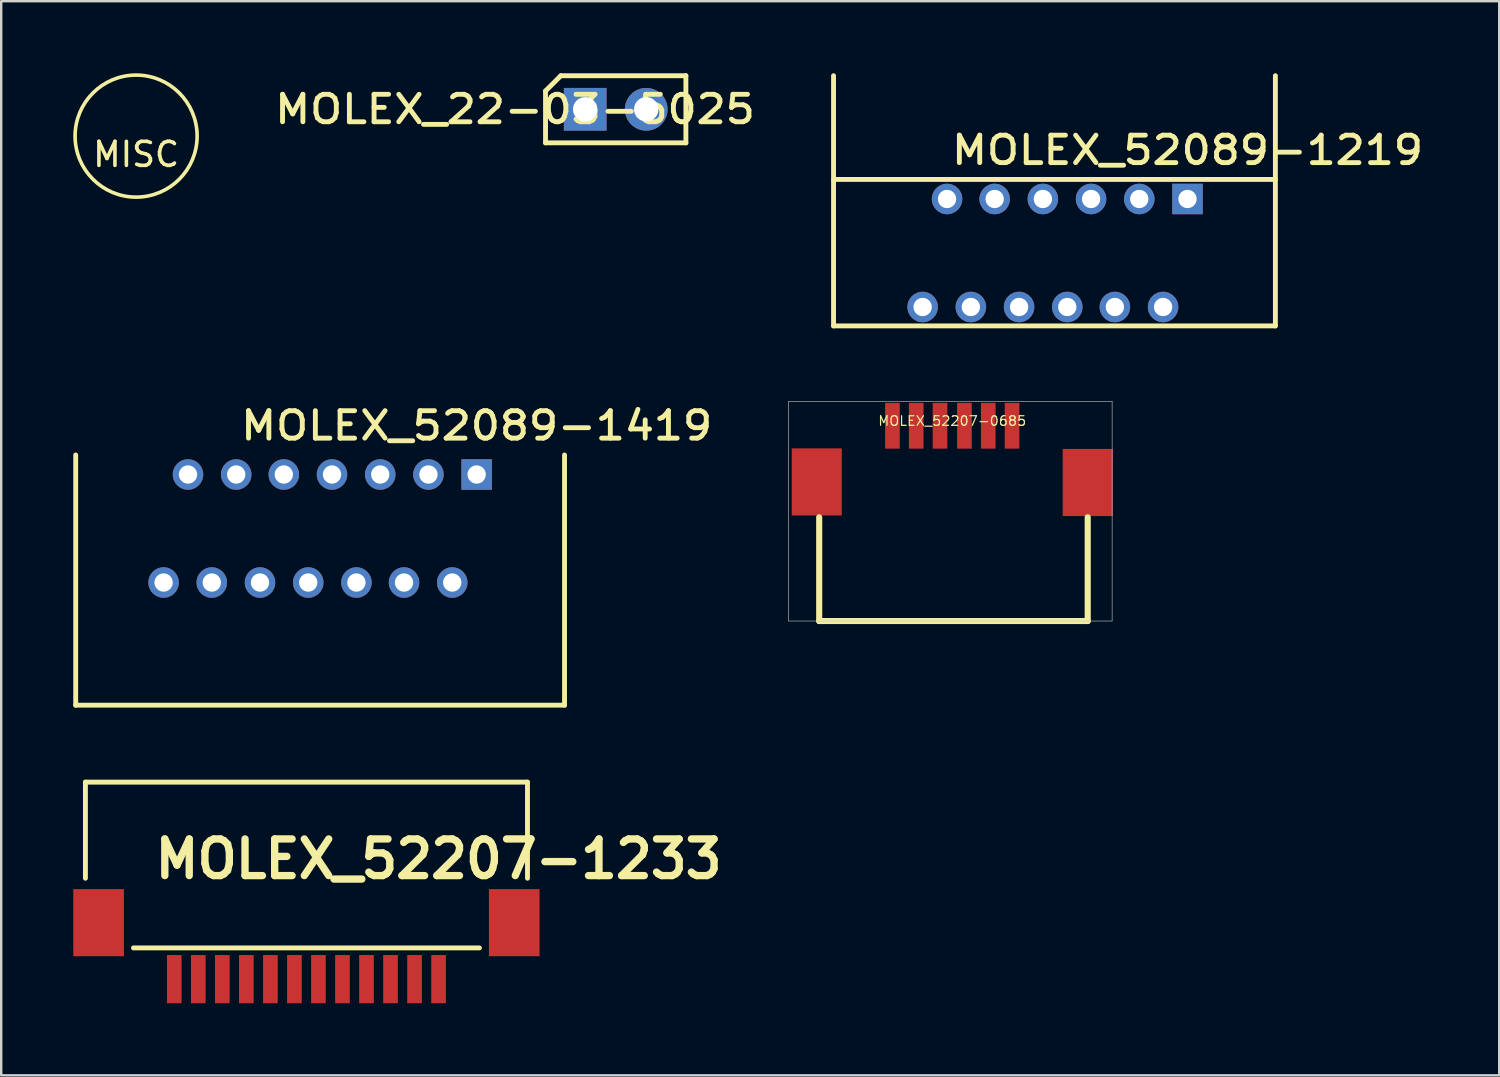
<source format=kicad_pcb>
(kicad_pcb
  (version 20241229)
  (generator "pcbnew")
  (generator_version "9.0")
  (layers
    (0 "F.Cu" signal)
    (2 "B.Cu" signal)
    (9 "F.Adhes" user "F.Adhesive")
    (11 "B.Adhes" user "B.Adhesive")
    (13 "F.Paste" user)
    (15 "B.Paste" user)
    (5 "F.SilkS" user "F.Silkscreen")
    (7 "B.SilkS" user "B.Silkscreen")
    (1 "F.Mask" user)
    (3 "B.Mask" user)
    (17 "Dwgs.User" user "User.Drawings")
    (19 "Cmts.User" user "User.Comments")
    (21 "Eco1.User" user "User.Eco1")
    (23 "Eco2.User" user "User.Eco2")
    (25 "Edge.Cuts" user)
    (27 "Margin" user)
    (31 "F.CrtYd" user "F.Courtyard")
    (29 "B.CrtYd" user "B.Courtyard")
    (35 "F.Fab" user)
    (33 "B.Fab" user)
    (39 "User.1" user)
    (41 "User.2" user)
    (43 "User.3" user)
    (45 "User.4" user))
  (footprint "MOLEX_52089-1419"
    (layer "F.Cu")
    (at 16.789 16.7)
    (property "Reference" "MOLEX_52089-1419" (at 0 -2.032 0) (layer "F.SilkS") (effects (font (size 1.143 1.27) (thickness 0.203))))
    (attr through_hole)
    (fp_line (start -16.688 -0.813) (end -16.688 9.601) (stroke (width 0.203) (type solid)) (layer "F.SilkS"))
    (fp_line (start -16.688 9.601) (end 3.658 9.601) (stroke (width 0.203) (type solid)) (layer "F.SilkS"))
    (fp_line (start 3.658 9.601) (end 3.658 -0.813) (stroke (width 0.203) (type solid)) (layer "F.SilkS"))
    (fp_line (start -16.688 -0.813) (end -16.688 5.309) (stroke (width 0.203) (type solid)) (layer "Eco1.User"))
    (fp_line (start -16.688 5.309) (end 3.658 5.309) (stroke (width 0.203) (type solid)) (layer "Eco1.User"))
    (fp_line (start 3.658 -0.813) (end -16.688 -0.813) (stroke (width 0.203) (type solid)) (layer "Eco1.User"))
    (fp_line (start 3.658 5.309) (end 3.658 -0.813) (stroke (width 0.203) (type solid)) (layer "Eco1.User"))
    (pad "1" thru_hole rect (at 0 0) (size 1.27 1.27) (drill 0.762) (layers "*.Cu" "*.Mask" "Eco1.User"))
    (pad "2" thru_hole circle (at -1.016 4.496) (size 1.27 1.27) (drill 0.762) (layers "*.Cu" "*.Mask" "Eco1.User"))
    (pad "3" thru_hole circle (at -2.007 0) (size 1.27 1.27) (drill 0.762) (layers "*.Cu" "*.Mask" "Eco1.User"))
    (pad "4" thru_hole circle (at -3.023 4.496) (size 1.27 1.27) (drill 0.762) (layers "*.Cu" "*.Mask" "Eco1.User"))
    (pad "5" thru_hole circle (at -4.013 0) (size 1.27 1.27) (drill 0.762) (layers "*.Cu" "*.Mask" "Eco1.User"))
    (pad "6" thru_hole circle (at -5.004 4.496) (size 1.27 1.27) (drill 0.762) (layers "*.Cu" "*.Mask" "Eco1.User"))
    (pad "7" thru_hole circle (at -6.02 0) (size 1.27 1.27) (drill 0.762) (layers "*.Cu" "*.Mask" "Eco1.User"))
    (pad "8" thru_hole circle (at -7.01 4.496) (size 1.27 1.27) (drill 0.762) (layers "*.Cu" "*.Mask" "Eco1.User"))
    (pad "9" thru_hole circle (at -8.026 0) (size 1.27 1.27) (drill 0.762) (layers "*.Cu" "*.Mask" "Eco1.User"))
    (pad "10" thru_hole circle (at -9.017 4.496) (size 1.27 1.27) (drill 0.762) (layers "*.Cu" "*.Mask" "Eco1.User"))
    (pad "11" thru_hole circle (at -10.008 0) (size 1.27 1.27) (drill 0.762) (layers "*.Cu" "*.Mask" "Eco1.User"))
    (pad "12" thru_hole circle (at -11.024 4.496) (size 1.27 1.27) (drill 0.762) (layers "*.Cu" "*.Mask" "Eco1.User"))
    (pad "13" thru_hole circle (at -12.014 0) (size 1.27 1.27) (drill 0.762) (layers "*.Cu" "*.Mask" "Eco1.User"))
    (pad "14" thru_hole circle (at -13.03 4.496) (size 1.27 1.27) (drill 0.762) (layers "*.Cu" "*.Mask" "Eco1.User")))
  (footprint "MISC"
    (layer "F.Cu")
    (at 2.615 2.615)
    (property "Reference" "MISC" (at 0 0.762 0) (layer "F.SilkS") (effects (font (size 1 1) (thickness 0.15))))
    (attr exclude_from_pos_files exclude_from_bom)
    (fp_circle (center 0 0) (end 2.54 0) (stroke (width 0.15) (type solid)) (fill no) (layer "F.SilkS")))
  (footprint "MOLEX_22-03-5025"
    (layer "F.Cu")
    (at 21.307 1.499)
    (property "Reference" "MOLEX_22-03-5025" (at -2.921 0 0) (layer "F.SilkS") (effects (font (size 1.143 1.27) (thickness 0.203))))
    (attr smd)
    (fp_line (start -1.651 -0.762) (end -1.016 -1.397) (stroke (width 0.203) (type solid)) (layer "F.SilkS"))
    (fp_line (start -1.651 1.397) (end -1.651 -0.762) (stroke (width 0.203) (type solid)) (layer "F.SilkS"))
    (fp_line (start -1.016 -1.397) (end 4.191 -1.397) (stroke (width 0.203) (type solid)) (layer "F.SilkS"))
    (fp_line (start 4.191 1.397) (end -1.651 1.397) (stroke (width 0.203) (type solid)) (layer "F.SilkS"))
    (fp_line (start 4.191 1.397) (end 4.191 -1.397) (stroke (width 0.203) (type solid)) (layer "F.SilkS"))
    (fp_line (start -1.651 -0.762) (end -1.651 1.397) (stroke (width 0.203) (type solid)) (layer "Eco1.User"))
    (fp_line (start -1.651 1.397) (end 4.191 1.397) (stroke (width 0.203) (type solid)) (layer "Eco1.User"))
    (fp_line (start -1.016 -1.397) (end -1.651 -0.762) (stroke (width 0.203) (type solid)) (layer "Eco1.User"))
    (fp_line (start 4.191 -1.397) (end -1.016 -1.397) (stroke (width 0.203) (type solid)) (layer "Eco1.User"))
    (fp_line (start 4.191 1.397) (end 4.191 -1.397) (stroke (width 0.203) (type solid)) (layer "Eco1.User"))
    (pad "1" thru_hole rect (at 0 0) (size 1.778 1.778) (drill 1.016) (layers "*.Cu" "*.Mask" "Eco1.User"))
    (pad "2" thru_hole circle (at 2.54 0) (size 1.778 1.778) (drill 1.016) (layers "*.Cu" "*.Mask" "Eco1.User")))
  (footprint "MOLEX_52089-1219"
    (layer "F.Cu")
    (at 46.376 5.232)
    (property "Reference" "MOLEX_52089-1219" (at 0 -2.032 0) (layer "F.SilkS") (effects (font (size 1.143 1.27) (thickness 0.203))))
    (attr smd)
    (fp_line (start -14.732 -5.131) (end -14.732 5.283) (stroke (width 0.203) (type solid)) (layer "F.SilkS"))
    (fp_line (start 3.658 -0.813) (end -14.732 -0.813) (stroke (width 0.203) (type solid)) (layer "F.SilkS"))
    (fp_line (start 3.658 5.283) (end -14.732 5.283) (stroke (width 0.203) (type solid)) (layer "F.SilkS"))
    (fp_line (start 3.658 5.283) (end 3.658 -5.131) (stroke (width 0.203) (type solid)) (layer "F.SilkS"))
    (fp_line (start -14.732 -0.813) (end 3.658 -0.813) (stroke (width 0.203) (type solid)) (layer "Eco1.User"))
    (fp_line (start -14.732 5.283) (end -14.732 -0.813) (stroke (width 0.203) (type solid)) (layer "Eco1.User"))
    (fp_line (start 3.658 5.283) (end -14.732 5.283) (stroke (width 0.203) (type solid)) (layer "Eco1.User"))
    (fp_line (start 3.658 5.309) (end 3.658 -0.813) (stroke (width 0.203) (type solid)) (layer "Eco1.User"))
    (pad "1" thru_hole rect (at 0 0) (size 1.27 1.27) (drill 0.762) (layers "*.Cu" "*.Mask" "Eco1.User"))
    (pad "2" thru_hole circle (at -1.016 4.496) (size 1.27 1.27) (drill 0.762) (layers "*.Cu" "*.Mask" "Eco1.User"))
    (pad "3" thru_hole circle (at -2.007 0) (size 1.27 1.27) (drill 0.762) (layers "*.Cu" "*.Mask" "Eco1.User"))
    (pad "4" thru_hole circle (at -3.023 4.496) (size 1.27 1.27) (drill 0.762) (layers "*.Cu" "*.Mask" "Eco1.User"))
    (pad "5" thru_hole circle (at -4.013 0) (size 1.27 1.27) (drill 0.762) (layers "*.Cu" "*.Mask" "Eco1.User"))
    (pad "6" thru_hole circle (at -5.004 4.496) (size 1.27 1.27) (drill 0.762) (layers "*.Cu" "*.Mask" "Eco1.User"))
    (pad "7" thru_hole circle (at -6.02 0) (size 1.27 1.27) (drill 0.762) (layers "*.Cu" "*.Mask" "Eco1.User"))
    (pad "8" thru_hole circle (at -7.01 4.496) (size 1.27 1.27) (drill 0.762) (layers "*.Cu" "*.Mask" "Eco1.User"))
    (pad "9" thru_hole circle (at -8.026 0) (size 1.27 1.27) (drill 0.762) (layers "*.Cu" "*.Mask" "Eco1.User"))
    (pad "10" thru_hole circle (at -9.017 4.496) (size 1.27 1.27) (drill 0.762) (layers "*.Cu" "*.Mask" "Eco1.User"))
    (pad "11" thru_hole circle (at -10.008 0) (size 1.27 1.27) (drill 0.762) (layers "*.Cu" "*.Mask" "Eco1.User"))
    (pad "12" thru_hole circle (at -11.024 4.496) (size 1.27 1.27) (drill 0.762) (layers "*.Cu" "*.Mask" "Eco1.User")))
  (footprint "MOLEX_52207-1233"
    (layer "F.Cu")
    (at 15.204 37.704)
    (property "Reference" "MOLEX_52207-1233" (at 0 -5 0) (layer "F.SilkS") (effects (font (size 1.524 1.524) (thickness 0.305))))
    (attr smd)
    (fp_line (start -14.699 -8.2) (end -14.699 -4.2) (stroke (width 0.203) (type solid)) (layer "F.SilkS"))
    (fp_line (start -14.699 -8.2) (end 3.701 -8.2) (stroke (width 0.203) (type solid)) (layer "F.SilkS"))
    (fp_line (start 1.701 -1.3) (end -12.699 -1.3) (stroke (width 0.203) (type solid)) (layer "F.SilkS"))
    (fp_line (start 3.701 -8.2) (end 3.701 -4.2) (stroke (width 0.203) (type solid)) (layer "F.SilkS"))
    (pad "1" smd rect (at 0 0) (size 0.61 2.007) (layers "F.Cu" "F.Mask" "F.Paste" "Eco1.User"))
    (pad "2" smd rect (at -1 0) (size 0.61 2.007) (layers "F.Cu" "F.Mask" "F.Paste" "Eco1.User"))
    (pad "3" smd rect (at -2 0) (size 0.61 2.007) (layers "F.Cu" "F.Mask" "F.Paste" "Eco1.User"))
    (pad "4" smd rect (at -3 0) (size 0.61 2.007) (layers "F.Cu" "F.Mask" "F.Paste" "Eco1.User"))
    (pad "5" smd rect (at -4 0) (size 0.61 2.007) (layers "F.Cu" "F.Mask" "F.Paste" "Eco1.User"))
    (pad "6" smd rect (at -5 0) (size 0.61 2.007) (layers "F.Cu" "F.Mask" "F.Paste" "Eco1.User"))
    (pad "7" smd rect (at -6 0) (size 0.61 2.007) (layers "F.Cu" "F.Mask" "F.Paste" "Eco1.User"))
    (pad "8" smd rect (at -7 0) (size 0.61 2.007) (layers "F.Cu" "F.Mask" "F.Paste" "Eco1.User"))
    (pad "9" smd rect (at -8 0) (size 0.61 2.007) (layers "F.Cu" "F.Mask" "F.Paste" "Eco1.User"))
    (pad "10" smd rect (at -9 0) (size 0.61 2.007) (layers "F.Cu" "F.Mask" "F.Paste" "Eco1.User"))
    (pad "11" smd rect (at -10 0) (size 0.61 2.007) (layers "F.Cu" "F.Mask" "F.Paste" "Eco1.User"))
    (pad "12" smd rect (at -11 0) (size 0.61 2.007) (layers "F.Cu" "F.Mask" "F.Paste" "Eco1.User"))
    (pad "13" smd rect (at -14.15 -2.35) (size 2.108 2.794) (layers "F.Cu" "F.Mask" "F.Paste" "Eco1.User"))
    (pad "13" smd rect (at 3.15 -2.35) (size 2.108 2.794) (layers "F.Cu" "F.Mask" "F.Paste" "Eco1.User")))
  (footprint "MOLEX_52207-0685"
    (layer "F.Cu")
    (at 36.584 14.671)
    (property "Reference" "MOLEX_52207-0685" (at 0 -0.201 0) (layer "F.SilkS") (effects (font (size 0.399 0.399) (thickness 0.051))))
    (attr smd)
    (fp_line (start -5.537 3.81) (end -5.537 8.128) (stroke (width 0.254) (type solid)) (layer "F.SilkS"))
    (fp_line (start -5.537 8.128) (end 5.639 8.128) (stroke (width 0.254) (type solid)) (layer "F.SilkS"))
    (fp_line (start 5.639 8.128) (end 5.639 3.81) (stroke (width 0.254) (type solid)) (layer "F.SilkS"))
    (fp_line (start -6.807 -1.016) (end -6.807 8.128) (stroke (width 0.025) (type solid)) (layer "Dwgs.User"))
    (fp_line (start -6.807 8.128) (end 6.655 8.128) (stroke (width 0.025) (type solid)) (layer "Dwgs.User"))
    (fp_line (start 6.655 -1.016) (end -6.807 -1.016) (stroke (width 0.025) (type solid)) (layer "Dwgs.User"))
    (fp_line (start 6.655 8.128) (end 6.655 -1.016) (stroke (width 0.025) (type solid)) (layer "Dwgs.User"))
    (fp_line (start -5.537 3.81) (end -5.537 8.128) (stroke (width 0.254) (type solid)) (layer "Eco1.User"))
    (fp_line (start -5.537 8.128) (end 5.639 8.128) (stroke (width 0.254) (type solid)) (layer "Eco1.User"))
    (fp_line (start 5.639 8.128) (end 5.639 3.81) (stroke (width 0.254) (type solid)) (layer "Eco1.User"))
    (pad "1" smd rect (at -2.489 0) (size 0.61 1.905) (layers "F.Cu" "F.Mask" "F.Paste" "Eco1.User"))
    (pad "2" smd rect (at -1.499 0) (size 0.61 1.905) (layers "F.Cu" "F.Mask" "F.Paste" "Eco1.User"))
    (pad "3" smd rect (at -0.508 0) (size 0.61 1.905) (layers "F.Cu" "F.Mask" "F.Paste" "Eco1.User"))
    (pad "4" smd rect (at 0.508 0) (size 0.61 1.905) (layers "F.Cu" "F.Mask" "F.Paste" "Eco1.User"))
    (pad "5" smd rect (at 1.499 0) (size 0.61 1.905) (layers "F.Cu" "F.Mask" "F.Paste" "Eco1.User"))
    (pad "6" smd rect (at 2.489 0) (size 0.61 1.905) (layers "F.Cu" "F.Mask" "F.Paste" "Eco1.User"))
    (pad "7" smd rect (at -5.639 2.337) (size 2.083 2.794) (layers "F.Cu" "F.Mask" "F.Paste" "Eco1.User"))
    (pad "8" smd rect (at 5.639 2.362) (size 2.083 2.794) (layers "F.Cu" "F.Mask" "F.Paste" "Eco1.User")))
  (gr_rect
    (start -3 -3)
    (end 59.351 41.708)
    (stroke (width 0.1) (type default))
    (fill no)
    (layer "Edge.Cuts")))
</source>
